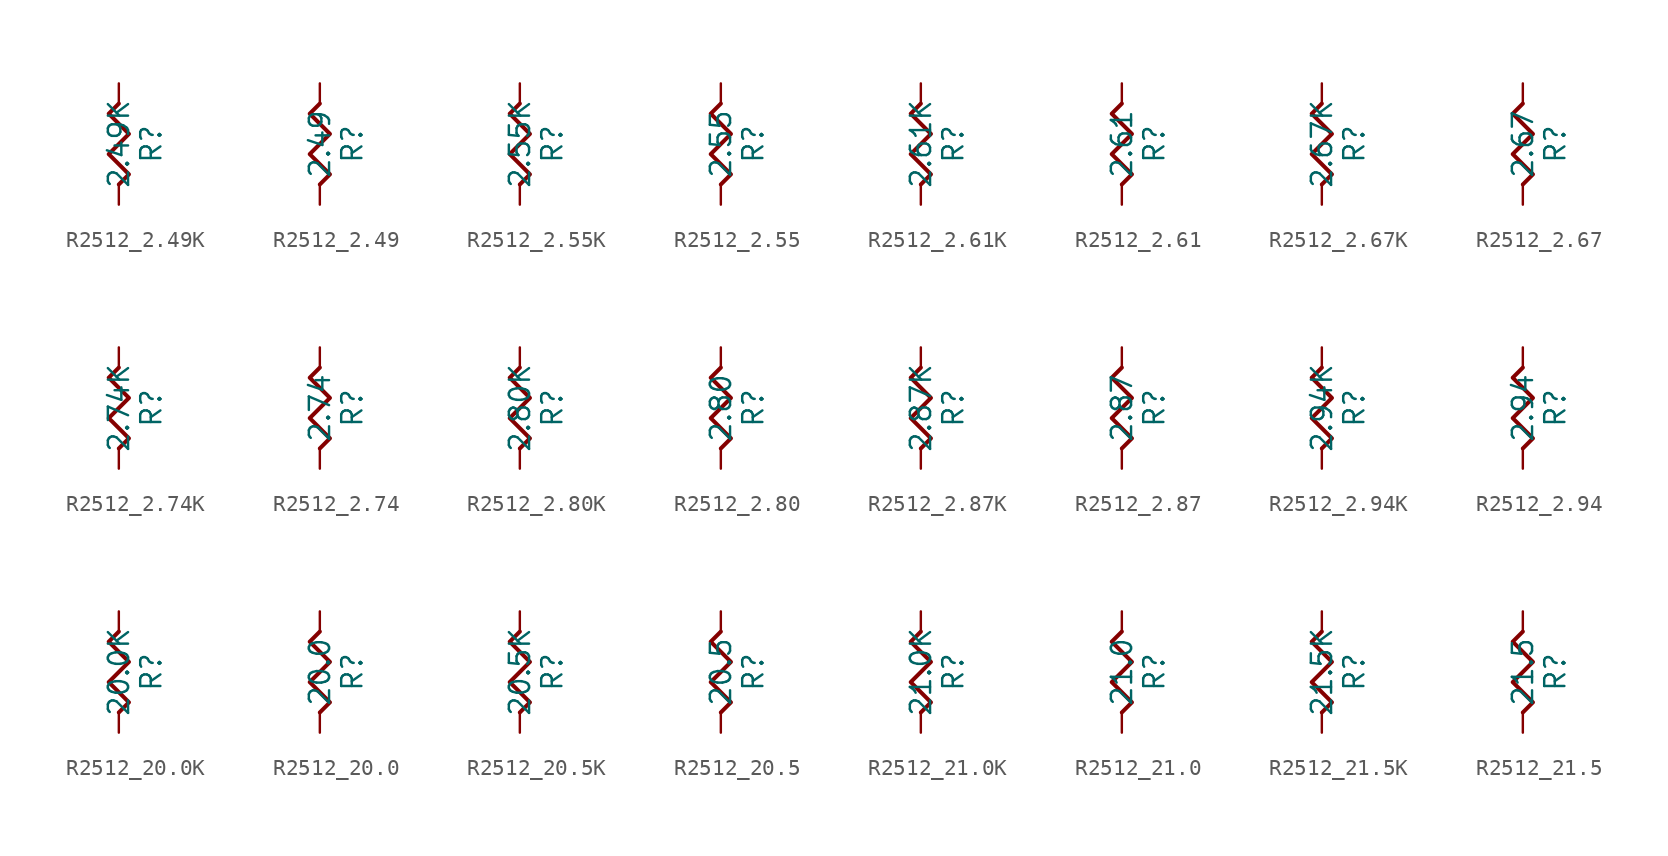
<source format=kicad_sym>
(kicad_symbol_lib
  (version 20211014)
  (generator atlantix-eda)
  (symbol "R2512_2.49K"
    (pin_numbers hide)
    (pin_names
      (offset 0))
    (property "Reference" "R"
      (at 2.032 0 90)
      (effects (font (size 1.27 1.27))))
    (property "Value" "2.49K"
      (at 0 0 90)
      (effects (font (size 1.27 1.27))))
    (symbol "R2512_2.49K_0_1"
      (polyline (pts (xy 0 -2.54) (xy 0.635 -1.905) (xy -0.635 -0.635) (xy 0.635 0.635) (xy -0.635 1.905) (xy 0 2.54)) (stroke (width 0.254) (type default) (color 0 0 0 0)) (fill (type none))))
    (symbol "R2512_2.49K_1_1"
      (pin passive line (at 0 3.81 270) (length 1.27) (name "~" (effects (font (size 1.27 1.27)))) (number "1" (effects (font (size 1.27 1.27)))))
      (pin passive line (at 0 -3.81 90) (length 1.27) (name "~" (effects (font (size 1.27 1.27)))) (number "2" (effects (font (size 1.27 1.27)))))))
  (symbol "R2512_2.49"
    (pin_numbers hide)
    (pin_names
      (offset 0))
    (property "Reference" "R"
      (at 2.032 0 90)
      (effects (font (size 1.27 1.27))))
    (property "Value" "2.49"
      (at 0 0 90)
      (effects (font (size 1.27 1.27))))
    (symbol "R2512_2.49_0_1"
      (polyline (pts (xy 0 -2.54) (xy 0.635 -1.905) (xy -0.635 -0.635) (xy 0.635 0.635) (xy -0.635 1.905) (xy 0 2.54)) (stroke (width 0.254) (type default) (color 0 0 0 0)) (fill (type none))))
    (symbol "R2512_2.49_1_1"
      (pin passive line (at 0 3.81 270) (length 1.27) (name "~" (effects (font (size 1.27 1.27)))) (number "1" (effects (font (size 1.27 1.27)))))
      (pin passive line (at 0 -3.81 90) (length 1.27) (name "~" (effects (font (size 1.27 1.27)))) (number "2" (effects (font (size 1.27 1.27)))))))
  (symbol "R2512_2.55K"
    (pin_numbers hide)
    (pin_names
      (offset 0))
    (property "Reference" "R"
      (at 2.032 0 90)
      (effects (font (size 1.27 1.27))))
    (property "Value" "2.55K"
      (at 0 0 90)
      (effects (font (size 1.27 1.27))))
    (symbol "R2512_2.55K_0_1"
      (polyline (pts (xy 0 -2.54) (xy 0.635 -1.905) (xy -0.635 -0.635) (xy 0.635 0.635) (xy -0.635 1.905) (xy 0 2.54)) (stroke (width 0.254) (type default) (color 0 0 0 0)) (fill (type none))))
    (symbol "R2512_2.55K_1_1"
      (pin passive line (at 0 3.81 270) (length 1.27) (name "~" (effects (font (size 1.27 1.27)))) (number "1" (effects (font (size 1.27 1.27)))))
      (pin passive line (at 0 -3.81 90) (length 1.27) (name "~" (effects (font (size 1.27 1.27)))) (number "2" (effects (font (size 1.27 1.27)))))))
  (symbol "R2512_2.55"
    (pin_numbers hide)
    (pin_names
      (offset 0))
    (property "Reference" "R"
      (at 2.032 0 90)
      (effects (font (size 1.27 1.27))))
    (property "Value" "2.55"
      (at 0 0 90)
      (effects (font (size 1.27 1.27))))
    (symbol "R2512_2.55_0_1"
      (polyline (pts (xy 0 -2.54) (xy 0.635 -1.905) (xy -0.635 -0.635) (xy 0.635 0.635) (xy -0.635 1.905) (xy 0 2.54)) (stroke (width 0.254) (type default) (color 0 0 0 0)) (fill (type none))))
    (symbol "R2512_2.55_1_1"
      (pin passive line (at 0 3.81 270) (length 1.27) (name "~" (effects (font (size 1.27 1.27)))) (number "1" (effects (font (size 1.27 1.27)))))
      (pin passive line (at 0 -3.81 90) (length 1.27) (name "~" (effects (font (size 1.27 1.27)))) (number "2" (effects (font (size 1.27 1.27)))))))
  (symbol "R2512_2.61K"
    (pin_numbers hide)
    (pin_names
      (offset 0))
    (property "Reference" "R"
      (at 2.032 0 90)
      (effects (font (size 1.27 1.27))))
    (property "Value" "2.61K"
      (at 0 0 90)
      (effects (font (size 1.27 1.27))))
    (symbol "R2512_2.61K_0_1"
      (polyline (pts (xy 0 -2.54) (xy 0.635 -1.905) (xy -0.635 -0.635) (xy 0.635 0.635) (xy -0.635 1.905) (xy 0 2.54)) (stroke (width 0.254) (type default) (color 0 0 0 0)) (fill (type none))))
    (symbol "R2512_2.61K_1_1"
      (pin passive line (at 0 3.81 270) (length 1.27) (name "~" (effects (font (size 1.27 1.27)))) (number "1" (effects (font (size 1.27 1.27)))))
      (pin passive line (at 0 -3.81 90) (length 1.27) (name "~" (effects (font (size 1.27 1.27)))) (number "2" (effects (font (size 1.27 1.27)))))))
  (symbol "R2512_2.61"
    (pin_numbers hide)
    (pin_names
      (offset 0))
    (property "Reference" "R"
      (at 2.032 0 90)
      (effects (font (size 1.27 1.27))))
    (property "Value" "2.61"
      (at 0 0 90)
      (effects (font (size 1.27 1.27))))
    (symbol "R2512_2.61_0_1"
      (polyline (pts (xy 0 -2.54) (xy 0.635 -1.905) (xy -0.635 -0.635) (xy 0.635 0.635) (xy -0.635 1.905) (xy 0 2.54)) (stroke (width 0.254) (type default) (color 0 0 0 0)) (fill (type none))))
    (symbol "R2512_2.61_1_1"
      (pin passive line (at 0 3.81 270) (length 1.27) (name "~" (effects (font (size 1.27 1.27)))) (number "1" (effects (font (size 1.27 1.27)))))
      (pin passive line (at 0 -3.81 90) (length 1.27) (name "~" (effects (font (size 1.27 1.27)))) (number "2" (effects (font (size 1.27 1.27)))))))
  (symbol "R2512_2.67K"
    (pin_numbers hide)
    (pin_names
      (offset 0))
    (property "Reference" "R"
      (at 2.032 0 90)
      (effects (font (size 1.27 1.27))))
    (property "Value" "2.67K"
      (at 0 0 90)
      (effects (font (size 1.27 1.27))))
    (symbol "R2512_2.67K_0_1"
      (polyline (pts (xy 0 -2.54) (xy 0.635 -1.905) (xy -0.635 -0.635) (xy 0.635 0.635) (xy -0.635 1.905) (xy 0 2.54)) (stroke (width 0.254) (type default) (color 0 0 0 0)) (fill (type none))))
    (symbol "R2512_2.67K_1_1"
      (pin passive line (at 0 3.81 270) (length 1.27) (name "~" (effects (font (size 1.27 1.27)))) (number "1" (effects (font (size 1.27 1.27)))))
      (pin passive line (at 0 -3.81 90) (length 1.27) (name "~" (effects (font (size 1.27 1.27)))) (number "2" (effects (font (size 1.27 1.27)))))))
  (symbol "R2512_2.67"
    (pin_numbers hide)
    (pin_names
      (offset 0))
    (property "Reference" "R"
      (at 2.032 0 90)
      (effects (font (size 1.27 1.27))))
    (property "Value" "2.67"
      (at 0 0 90)
      (effects (font (size 1.27 1.27))))
    (symbol "R2512_2.67_0_1"
      (polyline (pts (xy 0 -2.54) (xy 0.635 -1.905) (xy -0.635 -0.635) (xy 0.635 0.635) (xy -0.635 1.905) (xy 0 2.54)) (stroke (width 0.254) (type default) (color 0 0 0 0)) (fill (type none))))
    (symbol "R2512_2.67_1_1"
      (pin passive line (at 0 3.81 270) (length 1.27) (name "~" (effects (font (size 1.27 1.27)))) (number "1" (effects (font (size 1.27 1.27)))))
      (pin passive line (at 0 -3.81 90) (length 1.27) (name "~" (effects (font (size 1.27 1.27)))) (number "2" (effects (font (size 1.27 1.27)))))))
  (symbol "R2512_2.74K"
    (pin_numbers hide)
    (pin_names
      (offset 0))
    (property "Reference" "R"
      (at 2.032 0 90)
      (effects (font (size 1.27 1.27))))
    (property "Value" "2.74K"
      (at 0 0 90)
      (effects (font (size 1.27 1.27))))
    (symbol "R2512_2.74K_0_1"
      (polyline (pts (xy 0 -2.54) (xy 0.635 -1.905) (xy -0.635 -0.635) (xy 0.635 0.635) (xy -0.635 1.905) (xy 0 2.54)) (stroke (width 0.254) (type default) (color 0 0 0 0)) (fill (type none))))
    (symbol "R2512_2.74K_1_1"
      (pin passive line (at 0 3.81 270) (length 1.27) (name "~" (effects (font (size 1.27 1.27)))) (number "1" (effects (font (size 1.27 1.27)))))
      (pin passive line (at 0 -3.81 90) (length 1.27) (name "~" (effects (font (size 1.27 1.27)))) (number "2" (effects (font (size 1.27 1.27)))))))
  (symbol "R2512_2.74"
    (pin_numbers hide)
    (pin_names
      (offset 0))
    (property "Reference" "R"
      (at 2.032 0 90)
      (effects (font (size 1.27 1.27))))
    (property "Value" "2.74"
      (at 0 0 90)
      (effects (font (size 1.27 1.27))))
    (symbol "R2512_2.74_0_1"
      (polyline (pts (xy 0 -2.54) (xy 0.635 -1.905) (xy -0.635 -0.635) (xy 0.635 0.635) (xy -0.635 1.905) (xy 0 2.54)) (stroke (width 0.254) (type default) (color 0 0 0 0)) (fill (type none))))
    (symbol "R2512_2.74_1_1"
      (pin passive line (at 0 3.81 270) (length 1.27) (name "~" (effects (font (size 1.27 1.27)))) (number "1" (effects (font (size 1.27 1.27)))))
      (pin passive line (at 0 -3.81 90) (length 1.27) (name "~" (effects (font (size 1.27 1.27)))) (number "2" (effects (font (size 1.27 1.27)))))))
  (symbol "R2512_2.80K"
    (pin_numbers hide)
    (pin_names
      (offset 0))
    (property "Reference" "R"
      (at 2.032 0 90)
      (effects (font (size 1.27 1.27))))
    (property "Value" "2.80K"
      (at 0 0 90)
      (effects (font (size 1.27 1.27))))
    (symbol "R2512_2.80K_0_1"
      (polyline (pts (xy 0 -2.54) (xy 0.635 -1.905) (xy -0.635 -0.635) (xy 0.635 0.635) (xy -0.635 1.905) (xy 0 2.54)) (stroke (width 0.254) (type default) (color 0 0 0 0)) (fill (type none))))
    (symbol "R2512_2.80K_1_1"
      (pin passive line (at 0 3.81 270) (length 1.27) (name "~" (effects (font (size 1.27 1.27)))) (number "1" (effects (font (size 1.27 1.27)))))
      (pin passive line (at 0 -3.81 90) (length 1.27) (name "~" (effects (font (size 1.27 1.27)))) (number "2" (effects (font (size 1.27 1.27)))))))
  (symbol "R2512_2.80"
    (pin_numbers hide)
    (pin_names
      (offset 0))
    (property "Reference" "R"
      (at 2.032 0 90)
      (effects (font (size 1.27 1.27))))
    (property "Value" "2.80"
      (at 0 0 90)
      (effects (font (size 1.27 1.27))))
    (symbol "R2512_2.80_0_1"
      (polyline (pts (xy 0 -2.54) (xy 0.635 -1.905) (xy -0.635 -0.635) (xy 0.635 0.635) (xy -0.635 1.905) (xy 0 2.54)) (stroke (width 0.254) (type default) (color 0 0 0 0)) (fill (type none))))
    (symbol "R2512_2.80_1_1"
      (pin passive line (at 0 3.81 270) (length 1.27) (name "~" (effects (font (size 1.27 1.27)))) (number "1" (effects (font (size 1.27 1.27)))))
      (pin passive line (at 0 -3.81 90) (length 1.27) (name "~" (effects (font (size 1.27 1.27)))) (number "2" (effects (font (size 1.27 1.27)))))))
  (symbol "R2512_2.87K"
    (pin_numbers hide)
    (pin_names
      (offset 0))
    (property "Reference" "R"
      (at 2.032 0 90)
      (effects (font (size 1.27 1.27))))
    (property "Value" "2.87K"
      (at 0 0 90)
      (effects (font (size 1.27 1.27))))
    (symbol "R2512_2.87K_0_1"
      (polyline (pts (xy 0 -2.54) (xy 0.635 -1.905) (xy -0.635 -0.635) (xy 0.635 0.635) (xy -0.635 1.905) (xy 0 2.54)) (stroke (width 0.254) (type default) (color 0 0 0 0)) (fill (type none))))
    (symbol "R2512_2.87K_1_1"
      (pin passive line (at 0 3.81 270) (length 1.27) (name "~" (effects (font (size 1.27 1.27)))) (number "1" (effects (font (size 1.27 1.27)))))
      (pin passive line (at 0 -3.81 90) (length 1.27) (name "~" (effects (font (size 1.27 1.27)))) (number "2" (effects (font (size 1.27 1.27)))))))
  (symbol "R2512_2.87"
    (pin_numbers hide)
    (pin_names
      (offset 0))
    (property "Reference" "R"
      (at 2.032 0 90)
      (effects (font (size 1.27 1.27))))
    (property "Value" "2.87"
      (at 0 0 90)
      (effects (font (size 1.27 1.27))))
    (symbol "R2512_2.87_0_1"
      (polyline (pts (xy 0 -2.54) (xy 0.635 -1.905) (xy -0.635 -0.635) (xy 0.635 0.635) (xy -0.635 1.905) (xy 0 2.54)) (stroke (width 0.254) (type default) (color 0 0 0 0)) (fill (type none))))
    (symbol "R2512_2.87_1_1"
      (pin passive line (at 0 3.81 270) (length 1.27) (name "~" (effects (font (size 1.27 1.27)))) (number "1" (effects (font (size 1.27 1.27)))))
      (pin passive line (at 0 -3.81 90) (length 1.27) (name "~" (effects (font (size 1.27 1.27)))) (number "2" (effects (font (size 1.27 1.27)))))))
  (symbol "R2512_2.94K"
    (pin_numbers hide)
    (pin_names
      (offset 0))
    (property "Reference" "R"
      (at 2.032 0 90)
      (effects (font (size 1.27 1.27))))
    (property "Value" "2.94K"
      (at 0 0 90)
      (effects (font (size 1.27 1.27))))
    (symbol "R2512_2.94K_0_1"
      (polyline (pts (xy 0 -2.54) (xy 0.635 -1.905) (xy -0.635 -0.635) (xy 0.635 0.635) (xy -0.635 1.905) (xy 0 2.54)) (stroke (width 0.254) (type default) (color 0 0 0 0)) (fill (type none))))
    (symbol "R2512_2.94K_1_1"
      (pin passive line (at 0 3.81 270) (length 1.27) (name "~" (effects (font (size 1.27 1.27)))) (number "1" (effects (font (size 1.27 1.27)))))
      (pin passive line (at 0 -3.81 90) (length 1.27) (name "~" (effects (font (size 1.27 1.27)))) (number "2" (effects (font (size 1.27 1.27)))))))
  (symbol "R2512_2.94"
    (pin_numbers hide)
    (pin_names
      (offset 0))
    (property "Reference" "R"
      (at 2.032 0 90)
      (effects (font (size 1.27 1.27))))
    (property "Value" "2.94"
      (at 0 0 90)
      (effects (font (size 1.27 1.27))))
    (symbol "R2512_2.94_0_1"
      (polyline (pts (xy 0 -2.54) (xy 0.635 -1.905) (xy -0.635 -0.635) (xy 0.635 0.635) (xy -0.635 1.905) (xy 0 2.54)) (stroke (width 0.254) (type default) (color 0 0 0 0)) (fill (type none))))
    (symbol "R2512_2.94_1_1"
      (pin passive line (at 0 3.81 270) (length 1.27) (name "~" (effects (font (size 1.27 1.27)))) (number "1" (effects (font (size 1.27 1.27)))))
      (pin passive line (at 0 -3.81 90) (length 1.27) (name "~" (effects (font (size 1.27 1.27)))) (number "2" (effects (font (size 1.27 1.27)))))))
  (symbol "R2512_20.0K"
    (pin_numbers hide)
    (pin_names
      (offset 0))
    (property "Reference" "R"
      (at 2.032 0 90)
      (effects (font (size 1.27 1.27))))
    (property "Value" "20.0K"
      (at 0 0 90)
      (effects (font (size 1.27 1.27))))
    (symbol "R2512_20.0K_0_1"
      (polyline (pts (xy 0 -2.54) (xy 0.635 -1.905) (xy -0.635 -0.635) (xy 0.635 0.635) (xy -0.635 1.905) (xy 0 2.54)) (stroke (width 0.254) (type default) (color 0 0 0 0)) (fill (type none))))
    (symbol "R2512_20.0K_1_1"
      (pin passive line (at 0 3.81 270) (length 1.27) (name "~" (effects (font (size 1.27 1.27)))) (number "1" (effects (font (size 1.27 1.27)))))
      (pin passive line (at 0 -3.81 90) (length 1.27) (name "~" (effects (font (size 1.27 1.27)))) (number "2" (effects (font (size 1.27 1.27)))))))
  (symbol "R2512_20.0"
    (pin_numbers hide)
    (pin_names
      (offset 0))
    (property "Reference" "R"
      (at 2.032 0 90)
      (effects (font (size 1.27 1.27))))
    (property "Value" "20.0"
      (at 0 0 90)
      (effects (font (size 1.27 1.27))))
    (symbol "R2512_20.0_0_1"
      (polyline (pts (xy 0 -2.54) (xy 0.635 -1.905) (xy -0.635 -0.635) (xy 0.635 0.635) (xy -0.635 1.905) (xy 0 2.54)) (stroke (width 0.254) (type default) (color 0 0 0 0)) (fill (type none))))
    (symbol "R2512_20.0_1_1"
      (pin passive line (at 0 3.81 270) (length 1.27) (name "~" (effects (font (size 1.27 1.27)))) (number "1" (effects (font (size 1.27 1.27)))))
      (pin passive line (at 0 -3.81 90) (length 1.27) (name "~" (effects (font (size 1.27 1.27)))) (number "2" (effects (font (size 1.27 1.27)))))))
  (symbol "R2512_20.5K"
    (pin_numbers hide)
    (pin_names
      (offset 0))
    (property "Reference" "R"
      (at 2.032 0 90)
      (effects (font (size 1.27 1.27))))
    (property "Value" "20.5K"
      (at 0 0 90)
      (effects (font (size 1.27 1.27))))
    (symbol "R2512_20.5K_0_1"
      (polyline (pts (xy 0 -2.54) (xy 0.635 -1.905) (xy -0.635 -0.635) (xy 0.635 0.635) (xy -0.635 1.905) (xy 0 2.54)) (stroke (width 0.254) (type default) (color 0 0 0 0)) (fill (type none))))
    (symbol "R2512_20.5K_1_1"
      (pin passive line (at 0 3.81 270) (length 1.27) (name "~" (effects (font (size 1.27 1.27)))) (number "1" (effects (font (size 1.27 1.27)))))
      (pin passive line (at 0 -3.81 90) (length 1.27) (name "~" (effects (font (size 1.27 1.27)))) (number "2" (effects (font (size 1.27 1.27)))))))
  (symbol "R2512_20.5"
    (pin_numbers hide)
    (pin_names
      (offset 0))
    (property "Reference" "R"
      (at 2.032 0 90)
      (effects (font (size 1.27 1.27))))
    (property "Value" "20.5"
      (at 0 0 90)
      (effects (font (size 1.27 1.27))))
    (symbol "R2512_20.5_0_1"
      (polyline (pts (xy 0 -2.54) (xy 0.635 -1.905) (xy -0.635 -0.635) (xy 0.635 0.635) (xy -0.635 1.905) (xy 0 2.54)) (stroke (width 0.254) (type default) (color 0 0 0 0)) (fill (type none))))
    (symbol "R2512_20.5_1_1"
      (pin passive line (at 0 3.81 270) (length 1.27) (name "~" (effects (font (size 1.27 1.27)))) (number "1" (effects (font (size 1.27 1.27)))))
      (pin passive line (at 0 -3.81 90) (length 1.27) (name "~" (effects (font (size 1.27 1.27)))) (number "2" (effects (font (size 1.27 1.27)))))))
  (symbol "R2512_21.0K"
    (pin_numbers hide)
    (pin_names
      (offset 0))
    (property "Reference" "R"
      (at 2.032 0 90)
      (effects (font (size 1.27 1.27))))
    (property "Value" "21.0K"
      (at 0 0 90)
      (effects (font (size 1.27 1.27))))
    (symbol "R2512_21.0K_0_1"
      (polyline (pts (xy 0 -2.54) (xy 0.635 -1.905) (xy -0.635 -0.635) (xy 0.635 0.635) (xy -0.635 1.905) (xy 0 2.54)) (stroke (width 0.254) (type default) (color 0 0 0 0)) (fill (type none))))
    (symbol "R2512_21.0K_1_1"
      (pin passive line (at 0 3.81 270) (length 1.27) (name "~" (effects (font (size 1.27 1.27)))) (number "1" (effects (font (size 1.27 1.27)))))
      (pin passive line (at 0 -3.81 90) (length 1.27) (name "~" (effects (font (size 1.27 1.27)))) (number "2" (effects (font (size 1.27 1.27)))))))
  (symbol "R2512_21.0"
    (pin_numbers hide)
    (pin_names
      (offset 0))
    (property "Reference" "R"
      (at 2.032 0 90)
      (effects (font (size 1.27 1.27))))
    (property "Value" "21.0"
      (at 0 0 90)
      (effects (font (size 1.27 1.27))))
    (symbol "R2512_21.0_0_1"
      (polyline (pts (xy 0 -2.54) (xy 0.635 -1.905) (xy -0.635 -0.635) (xy 0.635 0.635) (xy -0.635 1.905) (xy 0 2.54)) (stroke (width 0.254) (type default) (color 0 0 0 0)) (fill (type none))))
    (symbol "R2512_21.0_1_1"
      (pin passive line (at 0 3.81 270) (length 1.27) (name "~" (effects (font (size 1.27 1.27)))) (number "1" (effects (font (size 1.27 1.27)))))
      (pin passive line (at 0 -3.81 90) (length 1.27) (name "~" (effects (font (size 1.27 1.27)))) (number "2" (effects (font (size 1.27 1.27)))))))
  (symbol "R2512_21.5K"
    (pin_numbers hide)
    (pin_names
      (offset 0))
    (property "Reference" "R"
      (at 2.032 0 90)
      (effects (font (size 1.27 1.27))))
    (property "Value" "21.5K"
      (at 0 0 90)
      (effects (font (size 1.27 1.27))))
    (symbol "R2512_21.5K_0_1"
      (polyline (pts (xy 0 -2.54) (xy 0.635 -1.905) (xy -0.635 -0.635) (xy 0.635 0.635) (xy -0.635 1.905) (xy 0 2.54)) (stroke (width 0.254) (type default) (color 0 0 0 0)) (fill (type none))))
    (symbol "R2512_21.5K_1_1"
      (pin passive line (at 0 3.81 270) (length 1.27) (name "~" (effects (font (size 1.27 1.27)))) (number "1" (effects (font (size 1.27 1.27)))))
      (pin passive line (at 0 -3.81 90) (length 1.27) (name "~" (effects (font (size 1.27 1.27)))) (number "2" (effects (font (size 1.27 1.27)))))))
  (symbol "R2512_21.5"
    (pin_numbers hide)
    (pin_names
      (offset 0))
    (property "Reference" "R"
      (at 2.032 0 90)
      (effects (font (size 1.27 1.27))))
    (property "Value" "21.5"
      (at 0 0 90)
      (effects (font (size 1.27 1.27))))
    (symbol "R2512_21.5_0_1"
      (polyline (pts (xy 0 -2.54) (xy 0.635 -1.905) (xy -0.635 -0.635) (xy 0.635 0.635) (xy -0.635 1.905) (xy 0 2.54)) (stroke (width 0.254) (type default) (color 0 0 0 0)) (fill (type none))))
    (symbol "R2512_21.5_1_1"
      (pin passive line (at 0 3.81 270) (length 1.27) (name "~" (effects (font (size 1.27 1.27)))) (number "1" (effects (font (size 1.27 1.27)))))
      (pin passive line (at 0 -3.81 90) (length 1.27) (name "~" (effects (font (size 1.27 1.27)))) (number "2" (effects (font (size 1.27 1.27))))))))
</source>
